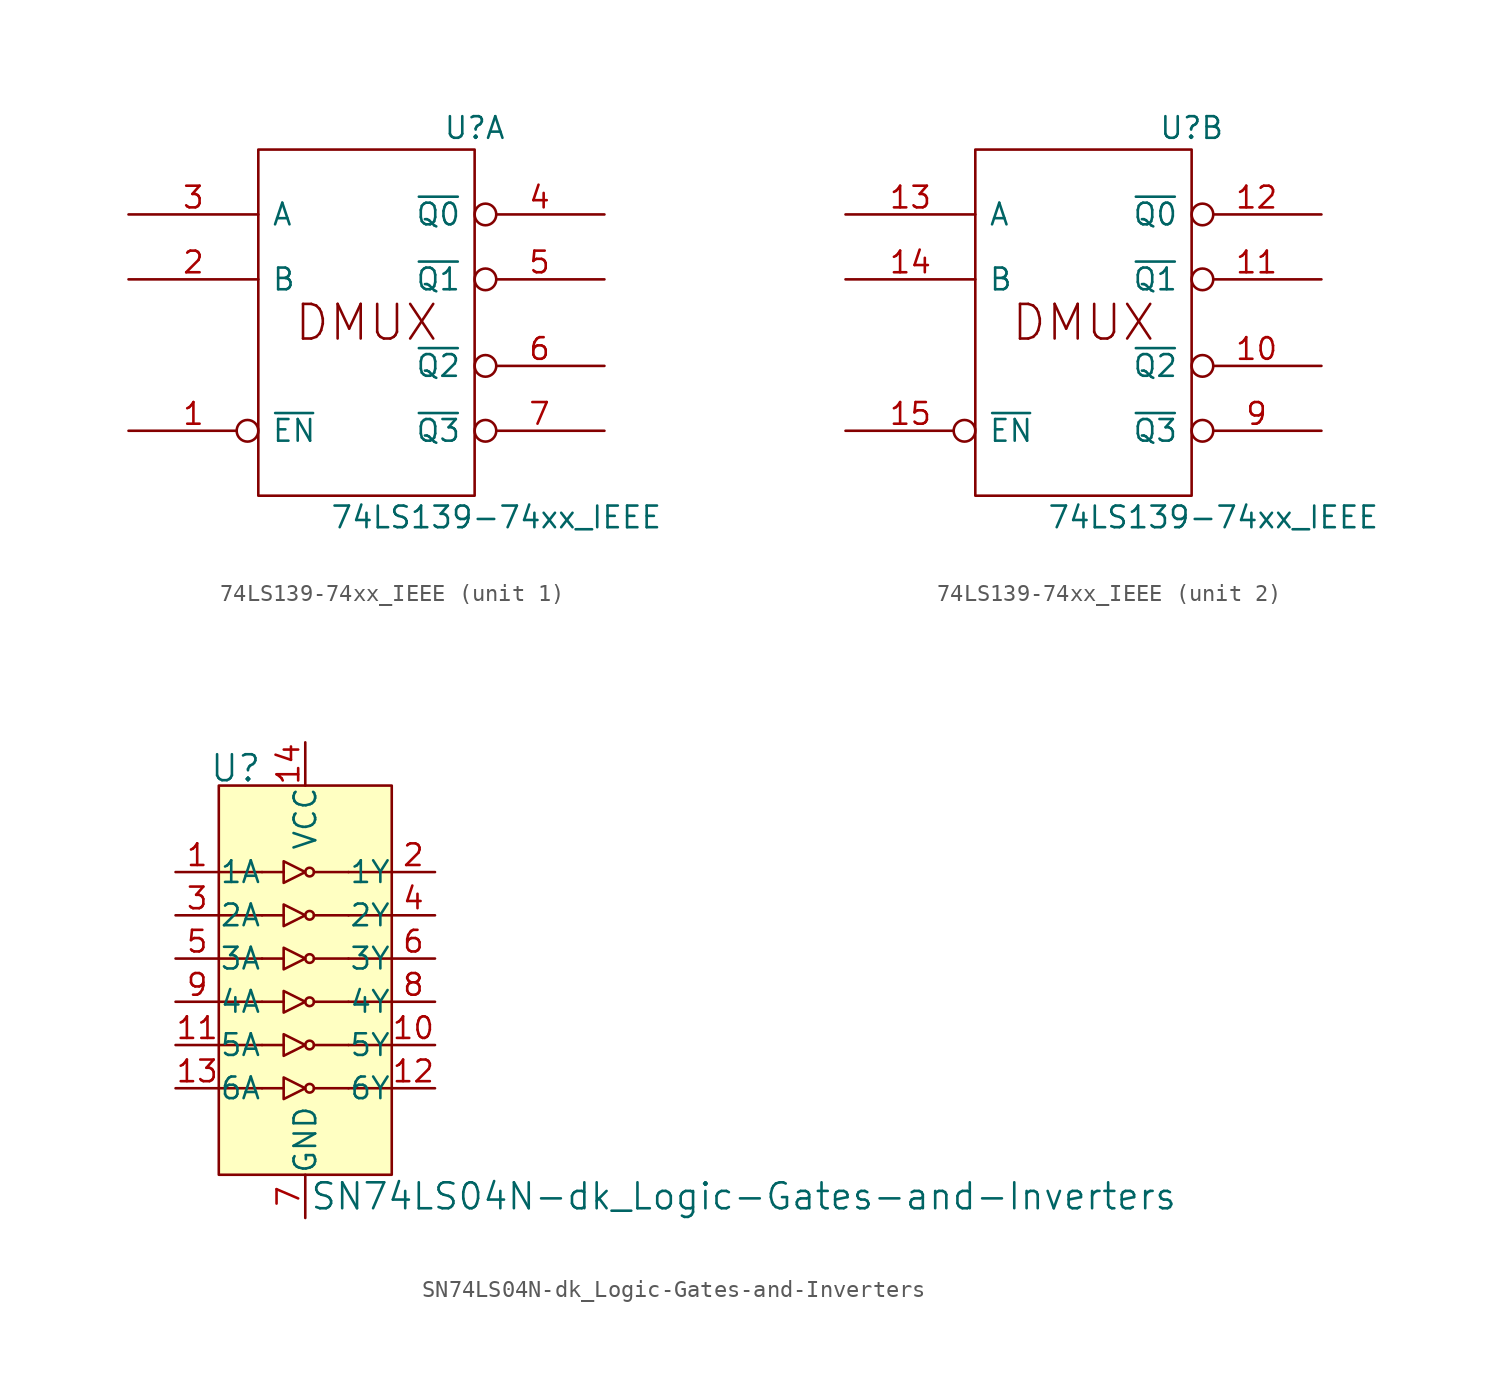
<source format=kicad_sym>
(kicad_symbol_lib
  (version 20220914)
  (generator kicad_symbol_editor)
  (symbol "74LS139-74xx_IEEE"
    (pin_names
      (offset 0.762))
    (property "Reference" "U"
      (at 6.35 11.43 0)
      (effects (font (size 1.27 1.27))))
    (property "Value" "74LS139-74xx_IEEE"
      (at 7.62 -11.43 0)
      (effects (font (size 1.27 1.27))))
    (symbol "74LS139-74xx_IEEE_0_0"
      (rectangle (start -6.35 10.16) (end 6.35 -10.16) (stroke (width 0) (type solid)) (fill (type none)))
      (text "DMUX" (at 0 0 0) (effects (font (size 2.032 2.032))))
      (pin power_in line (at 0 10.16 270) (length 0) hide (name "VCC" (effects (font (size 1.27 1.27)))) (number "16" (effects (font (size 1.27 1.27)))))
      (pin power_in line (at 0 -10.16 90) (length 0) hide (name "GND" (effects (font (size 1.27 1.27)))) (number "8" (effects (font (size 1.27 1.27))))))
    (symbol "74LS139-74xx_IEEE_1_1"
      (pin input inverted (at -13.97 -6.35 0) (length 7.62) (name "~{EN}" (effects (font (size 1.27 1.27)))) (number "1" (effects (font (size 1.27 1.27)))))
      (pin input line (at -13.97 2.54 0) (length 7.62) (name "B" (effects (font (size 1.27 1.27)))) (number "2" (effects (font (size 1.27 1.27)))))
      (pin input line (at -13.97 6.35 0) (length 7.62) (name "A" (effects (font (size 1.27 1.27)))) (number "3" (effects (font (size 1.27 1.27)))))
      (pin output inverted (at 13.97 6.35 180) (length 7.62) (name "~{Q0}" (effects (font (size 1.27 1.27)))) (number "4" (effects (font (size 1.27 1.27)))))
      (pin output inverted (at 13.97 2.54 180) (length 7.62) (name "~{Q1}" (effects (font (size 1.27 1.27)))) (number "5" (effects (font (size 1.27 1.27)))))
      (pin output inverted (at 13.97 -2.54 180) (length 7.62) (name "~{Q2}" (effects (font (size 1.27 1.27)))) (number "6" (effects (font (size 1.27 1.27)))))
      (pin output inverted (at 13.97 -6.35 180) (length 7.62) (name "~{Q3}" (effects (font (size 1.27 1.27)))) (number "7" (effects (font (size 1.27 1.27))))))
    (symbol "74LS139-74xx_IEEE_2_1"
      (pin output inverted (at 13.97 -2.54 180) (length 7.62) (name "~{Q2}" (effects (font (size 1.27 1.27)))) (number "10" (effects (font (size 1.27 1.27)))))
      (pin output inverted (at 13.97 2.54 180) (length 7.62) (name "~{Q1}" (effects (font (size 1.27 1.27)))) (number "11" (effects (font (size 1.27 1.27)))))
      (pin output inverted (at 13.97 6.35 180) (length 7.62) (name "~{Q0}" (effects (font (size 1.27 1.27)))) (number "12" (effects (font (size 1.27 1.27)))))
      (pin input line (at -13.97 6.35 0) (length 7.62) (name "A" (effects (font (size 1.27 1.27)))) (number "13" (effects (font (size 1.27 1.27)))))
      (pin input line (at -13.97 2.54 0) (length 7.62) (name "B" (effects (font (size 1.27 1.27)))) (number "14" (effects (font (size 1.27 1.27)))))
      (pin input inverted (at -13.97 -6.35 0) (length 7.62) (name "~{EN}" (effects (font (size 1.27 1.27)))) (number "15" (effects (font (size 1.27 1.27)))))
      (pin output inverted (at 13.97 -6.35 180) (length 7.62) (name "~{Q3}" (effects (font (size 1.27 1.27)))) (number "9" (effects (font (size 1.27 1.27)))))))
  (symbol "SN74LS04N-dk_Logic-Gates-and-Inverters"
    (pin_names
      (offset 0.025))
    (property "Reference" "U"
      (at -2.54 13.716 0)
      (effects (font (size 1.524 1.524)) (justify right)))
    (property "Value" "SN74LS04N-dk_Logic-Gates-and-Inverters"
      (at 0.254 -11.43 0)
      (effects (font (size 1.524 1.524)) (justify left)))
    (symbol "SN74LS04N-dk_Logic-Gates-and-Inverters_0_1"
      (rectangle (start -5.08 12.7) (end 5.08 -10.16) (stroke (width 0) (type solid)) (fill (type background)))
      (polyline (pts (xy -2.54 -5.08) (xy -5.08 -5.08)) (stroke (width 0) (type solid)) (fill (type none)))
      (polyline (pts (xy -2.54 -2.54) (xy -5.08 -2.54)) (stroke (width 0) (type solid)) (fill (type none)))
      (polyline (pts (xy -2.54 -2.54) (xy -1.27 -2.54)) (stroke (width 0) (type solid)) (fill (type none)))
      (polyline (pts (xy -2.54 0) (xy -5.08 0)) (stroke (width 0) (type solid)) (fill (type none)))
      (polyline (pts (xy -2.54 2.54) (xy -5.08 2.54)) (stroke (width 0) (type solid)) (fill (type none)))
      (polyline (pts (xy -2.54 2.54) (xy -1.27 2.54)) (stroke (width 0) (type solid)) (fill (type none)))
      (polyline (pts (xy -2.54 5.08) (xy -5.08 5.08)) (stroke (width 0) (type solid)) (fill (type none)))
      (polyline (pts (xy -2.54 7.62) (xy -5.08 7.62)) (stroke (width 0) (type solid)) (fill (type none)))
      (polyline (pts (xy -1.27 -5.08) (xy -2.54 -5.08)) (stroke (width 0) (type solid)) (fill (type none)))
      (polyline (pts (xy -1.27 0) (xy -2.54 0)) (stroke (width 0) (type solid)) (fill (type none)))
      (polyline (pts (xy -1.27 5.08) (xy -2.54 5.08)) (stroke (width 0) (type solid)) (fill (type none)))
      (polyline (pts (xy -1.27 7.62) (xy -2.54 7.62)) (stroke (width 0) (type solid)) (fill (type none)))
      (polyline (pts (xy 0.508 -5.08) (xy 2.54 -5.08)) (stroke (width 0) (type solid)) (fill (type none)))
      (polyline (pts (xy 0.508 0) (xy 2.54 0)) (stroke (width 0) (type solid)) (fill (type none)))
      (polyline (pts (xy 0.508 2.54) (xy 2.54 2.54)) (stroke (width 0) (type solid)) (fill (type none)))
      (polyline (pts (xy 0.508 5.08) (xy 2.54 5.08)) (stroke (width 0) (type solid)) (fill (type none)))
      (polyline (pts (xy 2.54 -2.54) (xy 0.508 -2.54)) (stroke (width 0) (type solid)) (fill (type none)))
      (polyline (pts (xy 2.54 7.62) (xy 0.508 7.62)) (stroke (width 0) (type solid)) (fill (type none)))
      (polyline (pts (xy 5.08 -5.08) (xy 2.54 -5.08)) (stroke (width 0) (type solid)) (fill (type none)))
      (polyline (pts (xy 5.08 -2.54) (xy 2.54 -2.54)) (stroke (width 0) (type solid)) (fill (type none)))
      (polyline (pts (xy 5.08 0) (xy 2.54 0)) (stroke (width 0) (type solid)) (fill (type none)))
      (polyline (pts (xy 5.08 2.54) (xy 2.54 2.54)) (stroke (width 0) (type solid)) (fill (type none)))
      (polyline (pts (xy 5.08 5.08) (xy 2.54 5.08)) (stroke (width 0) (type solid)) (fill (type none)))
      (polyline (pts (xy 5.08 7.62) (xy 2.54 7.62)) (stroke (width 0) (type solid)) (fill (type none)))
      (polyline (pts (xy -1.27 -4.445) (xy -1.27 -5.715) (xy 0 -5.08) (xy -1.27 -4.445)) (stroke (width 0) (type solid)) (fill (type none)))
      (polyline (pts (xy -1.27 -1.905) (xy -1.27 -3.175) (xy 0 -2.54) (xy -1.27 -1.905)) (stroke (width 0) (type solid)) (fill (type none)))
      (polyline (pts (xy -1.27 0.635) (xy -1.27 -0.635) (xy 0 0) (xy -1.27 0.635)) (stroke (width 0) (type solid)) (fill (type none)))
      (polyline (pts (xy -1.27 3.175) (xy -1.27 1.905) (xy 0 2.54) (xy -1.27 3.175)) (stroke (width 0) (type solid)) (fill (type none)))
      (polyline (pts (xy -1.27 5.715) (xy -1.27 4.445) (xy 0 5.08) (xy -1.27 5.715)) (stroke (width 0) (type solid)) (fill (type none)))
      (polyline (pts (xy -1.27 8.255) (xy -1.27 6.985) (xy 0 7.62) (xy -1.27 8.255)) (stroke (width 0) (type solid)) (fill (type none)))
      (circle (center 0.254 -5.08) (radius 0.254) (stroke (width 0) (type solid)) (fill (type none)))
      (circle (center 0.254 -2.54) (radius 0.254) (stroke (width 0) (type solid)) (fill (type none)))
      (circle (center 0.254 0) (radius 0.254) (stroke (width 0) (type solid)) (fill (type none)))
      (circle (center 0.254 2.54) (radius 0.254) (stroke (width 0) (type solid)) (fill (type none)))
      (circle (center 0.254 5.08) (radius 0.254) (stroke (width 0) (type solid)) (fill (type none)))
      (circle (center 0.254 7.62) (radius 0.254) (stroke (width 0) (type solid)) (fill (type none))))
    (symbol "SN74LS04N-dk_Logic-Gates-and-Inverters_1_1"
      (pin input line (at -7.62 7.62 0) (length 2.54) (name "1A" (effects (font (size 1.27 1.27)))) (number "1" (effects (font (size 1.27 1.27)))))
      (pin output line (at 7.62 -2.54 180) (length 2.54) (name "5Y" (effects (font (size 1.27 1.27)))) (number "10" (effects (font (size 1.27 1.27)))))
      (pin input line (at -7.62 -2.54 0) (length 2.54) (name "5A" (effects (font (size 1.27 1.27)))) (number "11" (effects (font (size 1.27 1.27)))))
      (pin output line (at 7.62 -5.08 180) (length 2.54) (name "6Y" (effects (font (size 1.27 1.27)))) (number "12" (effects (font (size 1.27 1.27)))))
      (pin input line (at -7.62 -5.08 0) (length 2.54) (name "6A" (effects (font (size 1.27 1.27)))) (number "13" (effects (font (size 1.27 1.27)))))
      (pin power_in line (at 0 15.24 270) (length 2.54) (name "VCC" (effects (font (size 1.27 1.27)))) (number "14" (effects (font (size 1.27 1.27)))))
      (pin output line (at 7.62 7.62 180) (length 2.54) (name "1Y" (effects (font (size 1.27 1.27)))) (number "2" (effects (font (size 1.27 1.27)))))
      (pin input line (at -7.62 5.08 0) (length 2.54) (name "2A" (effects (font (size 1.27 1.27)))) (number "3" (effects (font (size 1.27 1.27)))))
      (pin output line (at 7.62 5.08 180) (length 2.54) (name "2Y" (effects (font (size 1.27 1.27)))) (number "4" (effects (font (size 1.27 1.27)))))
      (pin input line (at -7.62 2.54 0) (length 2.54) (name "3A" (effects (font (size 1.27 1.27)))) (number "5" (effects (font (size 1.27 1.27)))))
      (pin output line (at 7.62 2.54 180) (length 2.54) (name "3Y" (effects (font (size 1.27 1.27)))) (number "6" (effects (font (size 1.27 1.27)))))
      (pin power_in line (at 0 -12.7 90) (length 2.54) (name "GND" (effects (font (size 1.27 1.27)))) (number "7" (effects (font (size 1.27 1.27)))))
      (pin output line (at 7.62 0 180) (length 2.54) (name "4Y" (effects (font (size 1.27 1.27)))) (number "8" (effects (font (size 1.27 1.27)))))
      (pin input line (at -7.62 0 0) (length 2.54) (name "4A" (effects (font (size 1.27 1.27)))) (number "9" (effects (font (size 1.27 1.27))))))))
</source>
